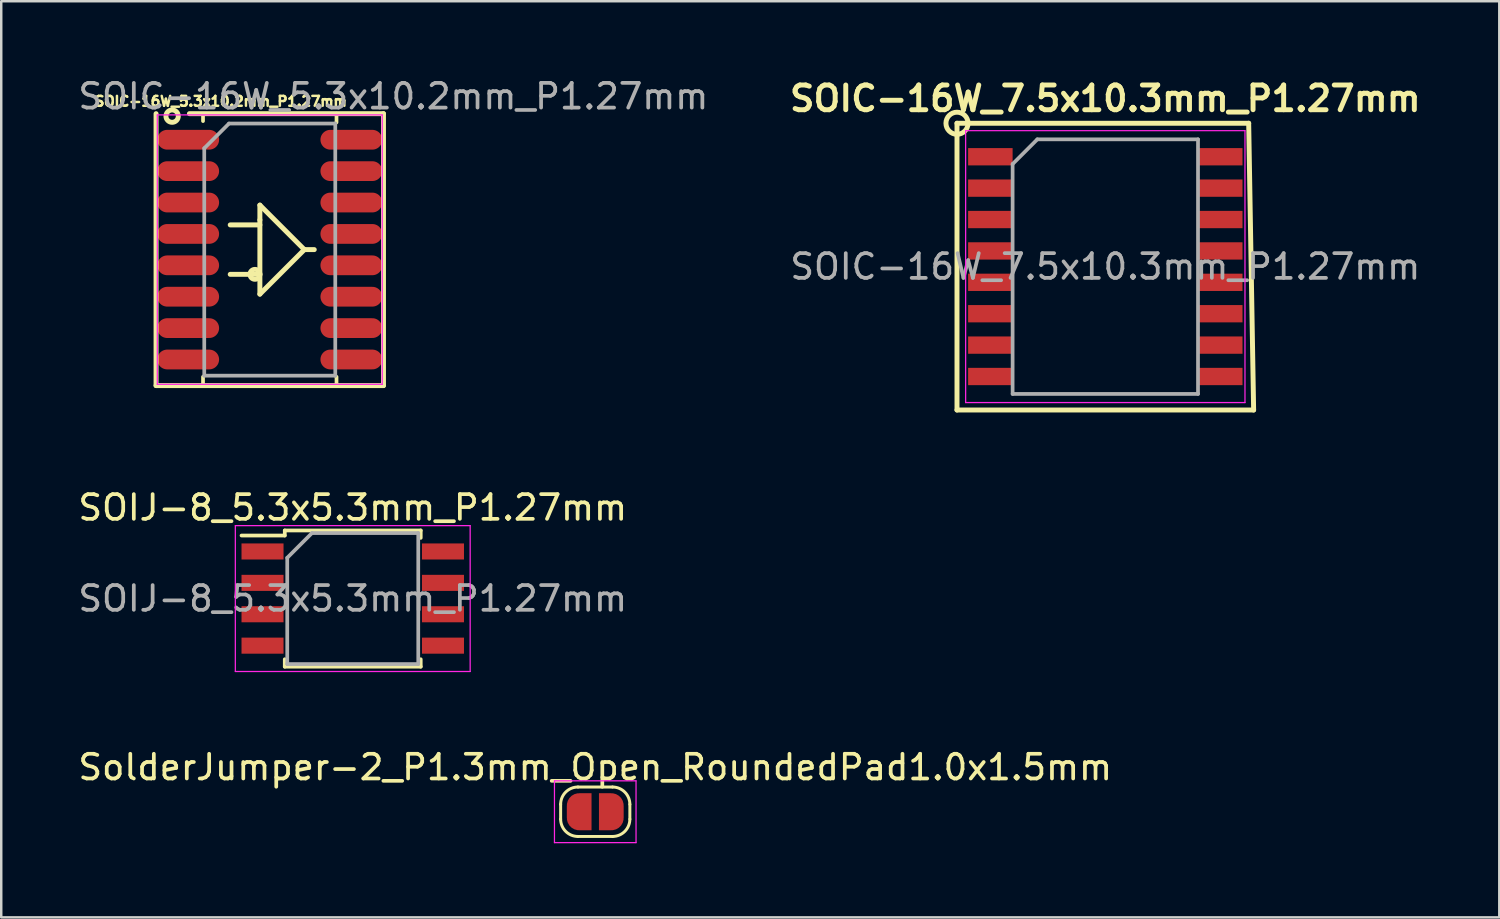
<source format=kicad_pcb>
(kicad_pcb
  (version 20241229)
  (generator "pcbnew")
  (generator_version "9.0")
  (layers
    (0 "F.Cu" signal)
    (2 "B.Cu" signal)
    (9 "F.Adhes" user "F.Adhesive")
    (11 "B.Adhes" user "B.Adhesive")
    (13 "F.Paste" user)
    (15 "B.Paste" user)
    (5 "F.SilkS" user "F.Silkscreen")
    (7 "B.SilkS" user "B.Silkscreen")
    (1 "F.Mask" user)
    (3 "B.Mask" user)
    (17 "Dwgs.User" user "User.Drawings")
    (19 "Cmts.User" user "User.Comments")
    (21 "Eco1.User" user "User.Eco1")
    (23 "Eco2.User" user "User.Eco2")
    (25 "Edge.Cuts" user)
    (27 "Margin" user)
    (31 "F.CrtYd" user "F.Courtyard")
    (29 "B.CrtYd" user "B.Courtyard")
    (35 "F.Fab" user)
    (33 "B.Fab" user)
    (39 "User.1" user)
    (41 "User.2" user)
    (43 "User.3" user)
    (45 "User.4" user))
  (footprint "SOIJ-8_5.3x5.3mm_P1.27mm"
    (layer "F.Cu")
    (at 11.22 21.164)
    (property "Reference" "SOIJ-8_5.3x5.3mm_P1.27mm" (at 0 -3.68 0) (layer "F.SilkS") (effects (font (size 1 1) (thickness 0.15))))
    (attr smd)
    (fp_line (start -2.75 -2.755) (end -2.75 -2.55) (stroke (width 0.15) (type solid)) (layer "F.SilkS"))
    (fp_line (start -2.75 -2.755) (end 2.75 -2.755) (stroke (width 0.15) (type solid)) (layer "F.SilkS"))
    (fp_line (start -2.75 -2.55) (end -4.5 -2.55) (stroke (width 0.15) (type solid)) (layer "F.SilkS"))
    (fp_line (start -2.75 2.755) (end -2.75 2.455) (stroke (width 0.15) (type solid)) (layer "F.SilkS"))
    (fp_line (start -2.75 2.755) (end 2.75 2.755) (stroke (width 0.15) (type solid)) (layer "F.SilkS"))
    (fp_line (start 2.75 -2.755) (end 2.75 -2.455) (stroke (width 0.15) (type solid)) (layer "F.SilkS"))
    (fp_line (start 2.75 2.755) (end 2.75 2.455) (stroke (width 0.15) (type solid)) (layer "F.SilkS"))
    (fp_line (start -4.75 -2.95) (end -4.75 2.95) (stroke (width 0.05) (type solid)) (layer "F.CrtYd"))
    (fp_line (start -4.75 -2.95) (end 4.75 -2.95) (stroke (width 0.05) (type solid)) (layer "F.CrtYd"))
    (fp_line (start -4.75 2.95) (end 4.75 2.95) (stroke (width 0.05) (type solid)) (layer "F.CrtYd"))
    (fp_line (start 4.75 -2.95) (end 4.75 2.95) (stroke (width 0.05) (type solid)) (layer "F.CrtYd"))
    (fp_line (start -2.65 -1.65) (end -1.65 -2.65) (stroke (width 0.15) (type solid)) (layer "F.Fab"))
    (fp_line (start -2.65 2.65) (end -2.65 -1.65) (stroke (width 0.15) (type solid)) (layer "F.Fab"))
    (fp_line (start -1.65 -2.65) (end 2.65 -2.65) (stroke (width 0.15) (type solid)) (layer "F.Fab"))
    (fp_line (start 2.65 -2.65) (end 2.65 2.65) (stroke (width 0.15) (type solid)) (layer "F.Fab"))
    (fp_line (start 2.65 2.65) (end -2.65 2.65) (stroke (width 0.15) (type solid)) (layer "F.Fab"))
    (fp_text user "${REFERENCE}" (at 0 0 0) (layer "F.Fab") (effects (font (size 1 1) (thickness 0.15))))
    (pad "1" smd rect (at -3.65 -1.905) (size 1.7 0.65) (layers "F.Cu" "F.Mask" "F.Paste"))
    (pad "2" smd rect (at -3.65 -0.635) (size 1.7 0.65) (layers "F.Cu" "F.Mask" "F.Paste"))
    (pad "3" smd rect (at -3.65 0.635) (size 1.7 0.65) (layers "F.Cu" "F.Mask" "F.Paste"))
    (pad "4" smd rect (at -3.65 1.905) (size 1.7 0.65) (layers "F.Cu" "F.Mask" "F.Paste"))
    (pad "5" smd rect (at 3.65 1.905) (size 1.7 0.65) (layers "F.Cu" "F.Mask" "F.Paste"))
    (pad "6" smd rect (at 3.65 0.635) (size 1.7 0.65) (layers "F.Cu" "F.Mask" "F.Paste"))
    (pad "7" smd rect (at 3.65 -0.635) (size 1.7 0.65) (layers "F.Cu" "F.Mask" "F.Paste"))
    (pad "8" smd rect (at 3.65 -1.905) (size 1.7 0.65) (layers "F.Cu" "F.Mask" "F.Paste")))
  (footprint "SOIC-16W_7.5x10.3mm_P1.27mm"
    (layer "F.Cu")
    (at 41.664 7.736)
    (property "Reference" "SOIC-16W_7.5x10.3mm_P1.27mm" (at 0 -6.8 0) (layer "F.SilkS") (effects (font (size 1 1) (thickness 0.2))))
    (attr smd)
    (fp_line (start -6 -5.8) (end -6 5.8) (stroke (width 0.2) (type solid)) (layer "F.SilkS"))
    (fp_line (start -6 5.8) (end 6 5.8) (stroke (width 0.2) (type solid)) (layer "F.SilkS"))
    (fp_line (start 5.8 -5.8) (end -6 -5.8) (stroke (width 0.2) (type solid)) (layer "F.SilkS"))
    (fp_line (start 6 5.8) (end 5.8 -5.8) (stroke (width 0.2) (type solid)) (layer "F.SilkS"))
    (fp_circle (center -6 -5.8) (end -5.6 -5.6) (stroke (width 0.2) (type solid)) (fill no) (layer "F.SilkS"))
    (fp_line (start -5.65 -5.5) (end -5.65 5.5) (stroke (width 0.05) (type solid)) (layer "F.CrtYd"))
    (fp_line (start -5.65 -5.5) (end 5.65 -5.5) (stroke (width 0.05) (type solid)) (layer "F.CrtYd"))
    (fp_line (start -5.65 5.5) (end 5.65 5.5) (stroke (width 0.05) (type solid)) (layer "F.CrtYd"))
    (fp_line (start 5.65 -5.5) (end 5.65 5.5) (stroke (width 0.05) (type solid)) (layer "F.CrtYd"))
    (fp_line (start -3.75 -4.15) (end -2.75 -5.15) (stroke (width 0.15) (type solid)) (layer "F.Fab"))
    (fp_line (start -3.75 5.15) (end -3.75 -4.15) (stroke (width 0.15) (type solid)) (layer "F.Fab"))
    (fp_line (start -2.75 -5.15) (end 3.75 -5.15) (stroke (width 0.15) (type solid)) (layer "F.Fab"))
    (fp_line (start 3.75 -5.15) (end 3.75 5.15) (stroke (width 0.15) (type solid)) (layer "F.Fab"))
    (fp_line (start 3.75 5.15) (end -3.75 5.15) (stroke (width 0.15) (type solid)) (layer "F.Fab"))
    (fp_text user "${REFERENCE}" (at 0 0 0) (layer "F.Fab") (effects (font (size 1 1) (thickness 0.15))))
    (pad "1" smd rect (at -4.65 -4.445) (size 1.8 0.7) (layers "F.Cu" "F.Mask" "F.Paste"))
    (pad "2" smd rect (at -4.65 -3.175) (size 1.8 0.7) (layers "F.Cu" "F.Mask" "F.Paste"))
    (pad "3" smd rect (at -4.65 -1.905) (size 1.8 0.7) (layers "F.Cu" "F.Mask" "F.Paste"))
    (pad "4" smd rect (at -4.65 -0.635) (size 1.8 0.7) (layers "F.Cu" "F.Mask" "F.Paste"))
    (pad "5" smd rect (at -4.65 0.635) (size 1.8 0.7) (layers "F.Cu" "F.Mask" "F.Paste"))
    (pad "6" smd rect (at -4.65 1.905) (size 1.8 0.7) (layers "F.Cu" "F.Mask" "F.Paste"))
    (pad "7" smd rect (at -4.65 3.175) (size 1.8 0.7) (layers "F.Cu" "F.Mask" "F.Paste"))
    (pad "8" smd rect (at -4.65 4.445) (size 1.8 0.7) (layers "F.Cu" "F.Mask" "F.Paste"))
    (pad "9" smd rect (at 4.65 4.445) (size 1.8 0.7) (layers "F.Cu" "F.Mask" "F.Paste"))
    (pad "10" smd rect (at 4.65 3.175) (size 1.8 0.7) (layers "F.Cu" "F.Mask" "F.Paste"))
    (pad "11" smd rect (at 4.65 1.905) (size 1.8 0.7) (layers "F.Cu" "F.Mask" "F.Paste"))
    (pad "12" smd rect (at 4.65 0.635) (size 1.8 0.7) (layers "F.Cu" "F.Mask" "F.Paste"))
    (pad "13" smd rect (at 4.65 -0.635) (size 1.8 0.7) (layers "F.Cu" "F.Mask" "F.Paste"))
    (pad "14" smd rect (at 4.65 -1.905) (size 1.8 0.7) (layers "F.Cu" "F.Mask" "F.Paste"))
    (pad "15" smd rect (at 4.65 -3.175) (size 1.8 0.7) (layers "F.Cu" "F.Mask" "F.Paste"))
    (pad "16" smd rect (at 4.65 -4.445) (size 1.8 0.7) (layers "F.Cu" "F.Mask" "F.Paste")))
  (footprint "SOIC-16W_5.3x10.2mm_P1.27mm"
    (layer "F.Cu")
    (at 7.863 7.048)
    (property "Reference" "SOIC-16W_5.3x10.2mm_P1.27mm" (at -1.982 -6 0) (layer "F.SilkS") (effects (font (size 0.4 0.4) (thickness 0.1))))
    (attr smd)
    (fp_line (start -4.6 5.5) (end -4.6 -5.5) (stroke (width 0.2) (type solid)) (layer "F.SilkS"))
    (fp_line (start -3.25 -5.5) (end 4.6 -5.5) (stroke (width 0.2) (type solid)) (layer "F.SilkS"))
    (fp_line (start -2.7 -5.475) (end -2.7 -5.2) (stroke (width 0.15) (type solid)) (layer "F.SilkS"))
    (fp_line (start -2.7 5.5) (end -2.7 5.145) (stroke (width 0.15) (type solid)) (layer "F.SilkS"))
    (fp_line (start -1.6 -1) (end -0.4 -1) (stroke (width 0.2) (type solid)) (layer "F.SilkS"))
    (fp_line (start -1.6 1) (end -0.4 1) (stroke (width 0.2) (type solid)) (layer "F.SilkS"))
    (fp_line (start -0.4 -1.8) (end -0.4 -1.2) (stroke (width 0.2) (type solid)) (layer "F.SilkS"))
    (fp_line (start -0.4 -1.2) (end -0.4 1.8) (stroke (width 0.2) (type solid)) (layer "F.SilkS"))
    (fp_line (start -0.4 1.8) (end 1.4 0) (stroke (width 0.2) (type solid)) (layer "F.SilkS"))
    (fp_line (start 1.4 0) (end -0.4 -1.8) (stroke (width 0.2) (type solid)) (layer "F.SilkS"))
    (fp_line (start 1.4 0) (end 1.8 0) (stroke (width 0.2) (type solid)) (layer "F.SilkS"))
    (fp_line (start 2.7 -5.5) (end 2.7 -5.145) (stroke (width 0.15) (type solid)) (layer "F.SilkS"))
    (fp_line (start 2.7 5.5) (end 2.7 5.145) (stroke (width 0.15) (type solid)) (layer "F.SilkS"))
    (fp_line (start 4.6 -5.5) (end 4.6 5.5) (stroke (width 0.2) (type solid)) (layer "F.SilkS"))
    (fp_line (start 4.6 5.5) (end -4.6 5.5) (stroke (width 0.2) (type solid)) (layer "F.SilkS"))
    (fp_circle (center -3.95 -5.4) (end -3.7 -5.4) (stroke (width 0.2) (type solid)) (fill no) (layer "F.SilkS"))
    (fp_circle (center -0.6 1) (end -0.6 1.2) (stroke (width 0.2) (type solid)) (fill no) (layer "F.SilkS"))
    (fp_line (start -4.55 -5.45) (end -4.55 5.45) (stroke (width 0.05) (type solid)) (layer "F.CrtYd"))
    (fp_line (start -4.55 -5.45) (end 4.55 -5.45) (stroke (width 0.05) (type solid)) (layer "F.CrtYd"))
    (fp_line (start -4.55 5.45) (end 4.55 5.45) (stroke (width 0.05) (type solid)) (layer "F.CrtYd"))
    (fp_line (start 4.55 -5.45) (end 4.55 5.45) (stroke (width 0.05) (type solid)) (layer "F.CrtYd"))
    (fp_line (start -2.65 -4.1) (end -1.65 -5.1) (stroke (width 0.15) (type solid)) (layer "F.Fab"))
    (fp_line (start -2.65 5.1) (end -2.65 -4.1) (stroke (width 0.15) (type solid)) (layer "F.Fab"))
    (fp_line (start -1.65 -5.1) (end 2.65 -5.1) (stroke (width 0.15) (type solid)) (layer "F.Fab"))
    (fp_line (start 2.65 -5.1) (end 2.65 5.1) (stroke (width 0.15) (type solid)) (layer "F.Fab"))
    (fp_line (start 2.65 5.1) (end -2.65 5.1) (stroke (width 0.15) (type solid)) (layer "F.Fab"))
    (fp_text user "${REFERENCE}" (at 5 -6.2 0) (layer "F.Fab") (effects (font (size 1 1) (thickness 0.15))))
    (pad "1" smd oval (at -3.55 -4.445) (size 2.5 0.8) (drill (offset 0.25 0)) (layers "F.Cu" "F.Mask" "F.Paste"))
    (pad "2" smd oval (at -3.55 -3.175) (size 2.5 0.8) (drill (offset 0.25 0)) (layers "F.Cu" "F.Mask" "F.Paste"))
    (pad "3" smd oval (at -3.55 -1.905) (size 2.5 0.8) (drill (offset 0.25 0)) (layers "F.Cu" "F.Mask" "F.Paste"))
    (pad "4" smd oval (at -3.55 -0.635) (size 2.5 0.8) (drill (offset 0.25 0)) (layers "F.Cu" "F.Mask" "F.Paste"))
    (pad "5" smd oval (at -3.55 0.635) (size 2.5 0.8) (drill (offset 0.25 0)) (layers "F.Cu" "F.Mask" "F.Paste"))
    (pad "6" smd oval (at -3.55 1.905) (size 2.5 0.8) (drill (offset 0.25 0)) (layers "F.Cu" "F.Mask" "F.Paste"))
    (pad "7" smd oval (at -3.55 3.175) (size 2.5 0.8) (drill (offset 0.25 0)) (layers "F.Cu" "F.Mask" "F.Paste"))
    (pad "8" smd oval (at -3.55 4.445) (size 2.5 0.8) (drill (offset 0.25 0)) (layers "F.Cu" "F.Mask" "F.Paste"))
    (pad "9" smd oval (at 3.55 4.445) (size 2.5 0.8) (drill (offset -0.25 0)) (layers "F.Cu" "F.Mask" "F.Paste"))
    (pad "10" smd oval (at 3.55 3.175) (size 2.5 0.8) (drill (offset -0.25 0)) (layers "F.Cu" "F.Mask" "F.Paste"))
    (pad "11" smd oval (at 3.55 1.905) (size 2.5 0.8) (drill (offset -0.25 0)) (layers "F.Cu" "F.Mask" "F.Paste"))
    (pad "12" smd oval (at 3.55 0.635) (size 2.5 0.8) (drill (offset -0.25 0)) (layers "F.Cu" "F.Mask" "F.Paste"))
    (pad "13" smd oval (at 3.55 -0.635) (size 2.5 0.8) (drill (offset -0.25 0)) (layers "F.Cu" "F.Mask" "F.Paste"))
    (pad "14" smd oval (at 3.55 -1.905) (size 2.5 0.8) (drill (offset -0.25 0)) (layers "F.Cu" "F.Mask" "F.Paste"))
    (pad "15" smd oval (at 3.55 -3.175) (size 2.5 0.8) (drill (offset -0.25 0)) (layers "F.Cu" "F.Mask" "F.Paste"))
    (pad "16" smd oval (at 3.55 -4.445) (size 2.5 0.8) (drill (offset -0.25 0)) (layers "F.Cu" "F.Mask" "F.Paste")))
  (footprint "SolderJumper-2_P1.3mm_Open_RoundedPad1.0x1.5mm"
    (layer "F.Cu")
    (at 21.03 29.788)
    (property "Reference" "SolderJumper-2_P1.3mm_Open_RoundedPad1.0x1.5mm" (at 0 -1.8 0) (layer "F.SilkS") (effects (font (size 1 1) (thickness 0.15))))
    (attr exclude_from_pos_files exclude_from_bom)
    (fp_line (start -1.4 0.3) (end -1.4 -0.3) (stroke (width 0.12) (type solid)) (layer "F.SilkS"))
    (fp_line (start -0.7 -1) (end 0.7 -1) (stroke (width 0.12) (type solid)) (layer "F.SilkS"))
    (fp_line (start 0.7 1) (end -0.7 1) (stroke (width 0.12) (type solid)) (layer "F.SilkS"))
    (fp_line (start 1.4 -0.3) (end 1.4 0.3) (stroke (width 0.12) (type solid)) (layer "F.SilkS"))
    (fp_arc (start -1.4 -0.3) (mid -1.194975 -0.794975) (end -0.7 -1) (stroke (width 0.12) (type solid)) (layer "F.SilkS"))
    (fp_arc (start -0.7 1) (mid -1.194975 0.794975) (end -1.4 0.3) (stroke (width 0.12) (type solid)) (layer "F.SilkS"))
    (fp_arc (start 0.7 -1) (mid 1.194975 -0.794975) (end 1.4 -0.3) (stroke (width 0.12) (type solid)) (layer "F.SilkS"))
    (fp_arc (start 1.4 0.3) (mid 1.194975 0.794975) (end 0.7 1) (stroke (width 0.12) (type solid)) (layer "F.SilkS"))
    (fp_line (start -1.65 -1.25) (end -1.65 1.25) (stroke (width 0.05) (type solid)) (layer "F.CrtYd"))
    (fp_line (start -1.65 -1.25) (end 1.65 -1.25) (stroke (width 0.05) (type solid)) (layer "F.CrtYd"))
    (fp_line (start 1.65 1.25) (end -1.65 1.25) (stroke (width 0.05) (type solid)) (layer "F.CrtYd"))
    (fp_line (start 1.65 1.25) (end 1.65 -1.25) (stroke (width 0.05) (type solid)) (layer "F.CrtYd"))
    (pad "1" smd custom (at -0.65 0) (size 1 0.5) (layers "F.Cu" "F.Mask") (options (anchor rect)) (primitives (gr_circle (center 0 0.25) (end 0.5 0.25) (width 0) (fill yes)) (gr_circle (center 0 -0.25) (end 0.5 -0.25) (width 0) (fill yes)) (gr_poly (pts (xy 0 -0.75) (xy 0.5 -0.75) (xy 0.5 0.75) (xy 0 0.75)) (width 0) (fill yes))))
    (pad "2" smd custom (at 0.65 0) (size 1 0.5) (layers "F.Cu" "F.Mask") (options (anchor rect)) (primitives (gr_circle (center 0 0.25) (end 0.5 0.25) (width 0) (fill yes)) (gr_circle (center 0 -0.25) (end 0.5 -0.25) (width 0) (fill yes)) (gr_poly (pts (xy 0 -0.75) (xy -0.5 -0.75) (xy -0.5 0.75) (xy 0 0.75)) (width 0) (fill yes)))))
  (gr_rect
    (start -3 -3)
    (end 57.602 34.062)
    (stroke (width 0.1) (type default))
    (fill no)
    (layer "Edge.Cuts")))
</source>
